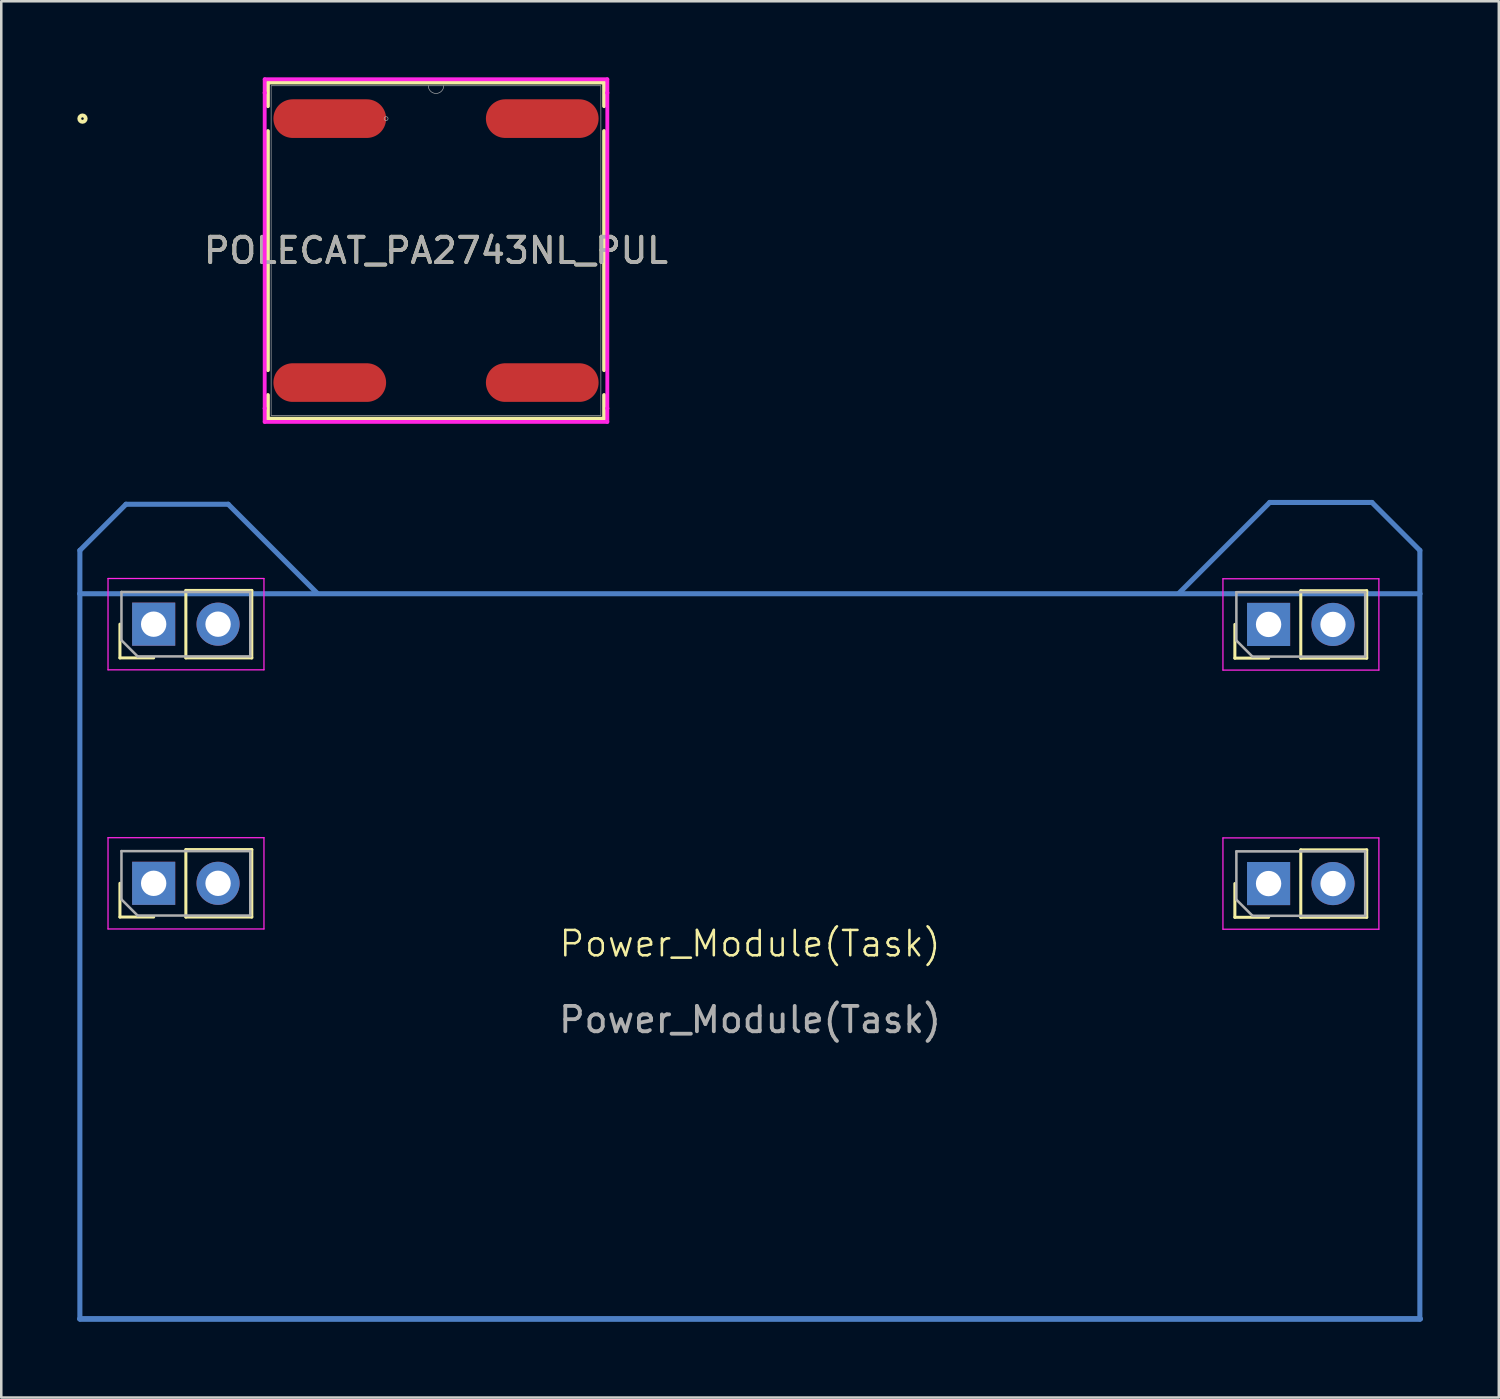
<source format=kicad_pcb>
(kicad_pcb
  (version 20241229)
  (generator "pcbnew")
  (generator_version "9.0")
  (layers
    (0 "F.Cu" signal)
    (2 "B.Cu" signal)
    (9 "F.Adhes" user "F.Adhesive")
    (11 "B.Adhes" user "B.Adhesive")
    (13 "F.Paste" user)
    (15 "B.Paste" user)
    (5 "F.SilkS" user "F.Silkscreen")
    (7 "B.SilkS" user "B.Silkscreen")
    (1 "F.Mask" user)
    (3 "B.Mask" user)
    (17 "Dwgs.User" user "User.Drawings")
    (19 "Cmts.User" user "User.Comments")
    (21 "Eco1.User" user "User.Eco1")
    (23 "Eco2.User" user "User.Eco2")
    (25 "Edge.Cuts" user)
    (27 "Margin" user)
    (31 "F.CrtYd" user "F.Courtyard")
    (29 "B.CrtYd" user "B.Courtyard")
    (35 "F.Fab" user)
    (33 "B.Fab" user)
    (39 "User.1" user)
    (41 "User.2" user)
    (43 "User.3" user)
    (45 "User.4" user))
  (footprint "POLECAT_PA2743NL_PUL"
    (layer "F.Cu")
    (at 14.145 6.833)
    (property "Reference" "POLECAT_PA2743NL_PUL" (at 0 0 0) (unlocked yes) (layer "F.SilkS") (effects (font (size 1 1) (thickness 0.15))))
    (attr smd)
    (fp_line (start -6.629 -6.629) (end -6.629 -5.695) (stroke (width 0.152) (type solid)) (layer "F.SilkS"))
    (fp_line (start -6.629 -4.715) (end -6.629 4.715) (stroke (width 0.152) (type solid)) (layer "F.SilkS"))
    (fp_line (start -6.629 5.695) (end -6.629 6.629) (stroke (width 0.152) (type solid)) (layer "F.SilkS"))
    (fp_line (start -6.629 6.629) (end 6.629 6.629) (stroke (width 0.152) (type solid)) (layer "F.SilkS"))
    (fp_line (start 6.629 -6.629) (end -6.629 -6.629) (stroke (width 0.152) (type solid)) (layer "F.SilkS"))
    (fp_line (start 6.629 -5.695) (end 6.629 -6.629) (stroke (width 0.152) (type solid)) (layer "F.SilkS"))
    (fp_line (start 6.629 4.715) (end 6.629 -4.715) (stroke (width 0.152) (type solid)) (layer "F.SilkS"))
    (fp_line (start 6.629 6.629) (end 6.629 5.695) (stroke (width 0.152) (type solid)) (layer "F.SilkS"))
    (fp_circle (center -13.942 -5.205) (end -13.815 -5.205) (stroke (width 0.152) (type solid)) (fill no) (layer "F.SilkS"))
    (fp_line (start -6.756 -6.756) (end 6.756 -6.756) (stroke (width 0.152) (type solid)) (layer "F.CrtYd"))
    (fp_line (start -6.756 -6.221) (end -6.756 -6.756) (stroke (width 0.152) (type solid)) (layer "F.CrtYd"))
    (fp_line (start -6.756 -6.221) (end -6.756 -6.221) (stroke (width 0.152) (type solid)) (layer "F.CrtYd"))
    (fp_line (start -6.756 6.221) (end -6.756 -6.221) (stroke (width 0.152) (type solid)) (layer "F.CrtYd"))
    (fp_line (start -6.756 6.221) (end -6.756 6.221) (stroke (width 0.152) (type solid)) (layer "F.CrtYd"))
    (fp_line (start -6.756 6.756) (end -6.756 6.221) (stroke (width 0.152) (type solid)) (layer "F.CrtYd"))
    (fp_line (start 6.756 -6.756) (end 6.756 -6.221) (stroke (width 0.152) (type solid)) (layer "F.CrtYd"))
    (fp_line (start 6.756 -6.221) (end 6.756 -6.221) (stroke (width 0.152) (type solid)) (layer "F.CrtYd"))
    (fp_line (start 6.756 -6.221) (end 6.756 6.221) (stroke (width 0.152) (type solid)) (layer "F.CrtYd"))
    (fp_line (start 6.756 6.221) (end 6.756 6.221) (stroke (width 0.152) (type solid)) (layer "F.CrtYd"))
    (fp_line (start 6.756 6.221) (end 6.756 6.756) (stroke (width 0.152) (type solid)) (layer "F.CrtYd"))
    (fp_line (start 6.756 6.756) (end -6.756 6.756) (stroke (width 0.152) (type solid)) (layer "F.CrtYd"))
    (fp_line (start -6.502 -6.502) (end -6.502 6.502) (stroke (width 0.025) (type solid)) (layer "F.Fab"))
    (fp_line (start -6.502 6.502) (end 6.502 6.502) (stroke (width 0.025) (type solid)) (layer "F.Fab"))
    (fp_line (start 6.502 -6.502) (end -6.502 -6.502) (stroke (width 0.025) (type solid)) (layer "F.Fab"))
    (fp_line (start 6.502 6.502) (end 6.502 -6.502) (stroke (width 0.025) (type solid)) (layer "F.Fab"))
    (fp_arc (start 0.3048 -6.5024) (mid 0 -6.1976) (end -0.3048 -6.5024) (stroke (width 0.0254) (type solid)) (layer "F.Fab"))
    (fp_circle (center -1.968 -5.205) (end -1.891 -5.205) (stroke (width 0.025) (type solid)) (fill no) (layer "F.Fab"))
    (fp_text user "${REFERENCE}" (at 0 0 0) (unlocked yes) (layer "F.Fab") (effects (font (size 1 1) (thickness 0.15))))
    (pad "1" smd oval (at -4.19 -5.205) (size 4.445 1.524) (layers "F.Cu" "F.Mask" "F.Paste"))
    (pad "2" smd oval (at -4.19 5.205) (size 4.445 1.524) (layers "F.Cu" "F.Mask" "F.Paste"))
    (pad "3" smd oval (at 4.19 -5.205) (size 4.445 1.524) (layers "F.Cu" "F.Mask" "F.Paste"))
    (pad "4" smd oval (at 4.19 5.205) (size 4.445 1.524) (layers "F.Cu" "F.Mask" "F.Paste")))
  (footprint "Power_Module(Task)"
    (layer "F.Cu")
    (at 26.53 34.666)
    (property "Reference" "Power_Module(Task)" (at 0 -0.5 0) (unlocked yes) (layer "F.SilkS") (effects (font (size 1 1) (thickness 0.1))))
    (attr smd)
    (fp_line (start -26.43 -16.01) (end -24.61 -17.83) (stroke (width 0.2) (type default)) (layer "B.Cu"))
    (fp_line (start -26.43 -14.3) (end -26.43 -16.01) (stroke (width 0.2) (type default)) (layer "B.Cu"))
    (fp_line (start -26.43 -14.3) (end -26.43 14.3) (stroke (width 0.2) (type default)) (layer "B.Cu"))
    (fp_line (start -26.43 -14.3) (end 26.416 -14.3) (stroke (width 0.2) (type default)) (layer "B.Cu"))
    (fp_line (start -26.43 14.3) (end 26.43 14.3) (stroke (width 0.2) (type default)) (layer "B.Cu"))
    (fp_line (start -26.43 14.3) (end 26.43 14.3) (stroke (width 0.2) (type default)) (layer "B.Cu"))
    (fp_line (start -24.61 -17.83) (end -20.58 -17.83) (stroke (width 0.2) (type default)) (layer "B.Cu"))
    (fp_line (start -20.58 -17.83) (end -17.06 -14.31) (stroke (width 0.2) (type default)) (layer "B.Cu"))
    (fp_line (start 20.495 -17.901) (end 16.914 -14.32) (stroke (width 0.2) (type default)) (layer "B.Cu"))
    (fp_line (start 24.525 -17.901) (end 20.495 -17.901) (stroke (width 0.2) (type default)) (layer "B.Cu"))
    (fp_line (start 26.416 -16.01) (end 24.525 -17.901) (stroke (width 0.2) (type default)) (layer "B.Cu"))
    (fp_line (start 26.416 -14.3) (end 26.416 -16.01) (stroke (width 0.2) (type default)) (layer "B.Cu"))
    (fp_line (start 26.416 -14.3) (end 26.416 14.3) (stroke (width 0.2) (type default)) (layer "B.Cu"))
    (fp_line (start 26.43 14.3) (end -26.43 14.3) (stroke (width 0.2) (type default)) (layer "B.Cu"))
    (fp_line (start -24.85 -11.77) (end -24.85 -13.1) (stroke (width 0.12) (type solid)) (layer "F.SilkS"))
    (fp_line (start -24.85 -1.55) (end -24.85 -2.88) (stroke (width 0.12) (type solid)) (layer "F.SilkS"))
    (fp_line (start -23.52 -11.77) (end -24.85 -11.77) (stroke (width 0.12) (type solid)) (layer "F.SilkS"))
    (fp_line (start -23.52 -1.55) (end -24.85 -1.55) (stroke (width 0.12) (type solid)) (layer "F.SilkS"))
    (fp_line (start -22.25 -14.43) (end -19.65 -14.43) (stroke (width 0.12) (type solid)) (layer "F.SilkS"))
    (fp_line (start -22.25 -11.77) (end -22.25 -14.43) (stroke (width 0.12) (type solid)) (layer "F.SilkS"))
    (fp_line (start -22.25 -11.77) (end -19.65 -11.77) (stroke (width 0.12) (type solid)) (layer "F.SilkS"))
    (fp_line (start -22.25 -4.21) (end -19.65 -4.21) (stroke (width 0.12) (type solid)) (layer "F.SilkS"))
    (fp_line (start -22.25 -1.55) (end -22.25 -4.21) (stroke (width 0.12) (type solid)) (layer "F.SilkS"))
    (fp_line (start -22.25 -1.55) (end -19.65 -1.55) (stroke (width 0.12) (type solid)) (layer "F.SilkS"))
    (fp_line (start -19.65 -11.77) (end -19.65 -14.43) (stroke (width 0.12) (type solid)) (layer "F.SilkS"))
    (fp_line (start -19.65 -1.55) (end -19.65 -4.21) (stroke (width 0.12) (type solid)) (layer "F.SilkS"))
    (fp_line (start 19.12 -11.76) (end 19.12 -13.09) (stroke (width 0.12) (type solid)) (layer "F.SilkS"))
    (fp_line (start 19.12 -1.54) (end 19.12 -2.87) (stroke (width 0.12) (type solid)) (layer "F.SilkS"))
    (fp_line (start 20.45 -11.76) (end 19.12 -11.76) (stroke (width 0.12) (type solid)) (layer "F.SilkS"))
    (fp_line (start 20.45 -1.54) (end 19.12 -1.54) (stroke (width 0.12) (type solid)) (layer "F.SilkS"))
    (fp_line (start 21.72 -14.42) (end 24.32 -14.42) (stroke (width 0.12) (type solid)) (layer "F.SilkS"))
    (fp_line (start 21.72 -11.76) (end 21.72 -14.42) (stroke (width 0.12) (type solid)) (layer "F.SilkS"))
    (fp_line (start 21.72 -11.76) (end 24.32 -11.76) (stroke (width 0.12) (type solid)) (layer "F.SilkS"))
    (fp_line (start 21.72 -4.2) (end 24.32 -4.2) (stroke (width 0.12) (type solid)) (layer "F.SilkS"))
    (fp_line (start 21.72 -1.54) (end 21.72 -4.2) (stroke (width 0.12) (type solid)) (layer "F.SilkS"))
    (fp_line (start 21.72 -1.54) (end 24.32 -1.54) (stroke (width 0.12) (type solid)) (layer "F.SilkS"))
    (fp_line (start 24.32 -11.76) (end 24.32 -14.42) (stroke (width 0.12) (type solid)) (layer "F.SilkS"))
    (fp_line (start 24.32 -1.54) (end 24.32 -4.2) (stroke (width 0.12) (type solid)) (layer "F.SilkS"))
    (fp_line (start -25.32 -14.9) (end -25.32 -11.3) (stroke (width 0.05) (type solid)) (layer "F.CrtYd"))
    (fp_line (start -25.32 -11.3) (end -19.17 -11.3) (stroke (width 0.05) (type solid)) (layer "F.CrtYd"))
    (fp_line (start -25.32 -4.68) (end -25.32 -1.08) (stroke (width 0.05) (type solid)) (layer "F.CrtYd"))
    (fp_line (start -25.32 -1.08) (end -19.17 -1.08) (stroke (width 0.05) (type solid)) (layer "F.CrtYd"))
    (fp_line (start -19.17 -14.9) (end -25.32 -14.9) (stroke (width 0.05) (type solid)) (layer "F.CrtYd"))
    (fp_line (start -19.17 -11.3) (end -19.17 -14.9) (stroke (width 0.05) (type solid)) (layer "F.CrtYd"))
    (fp_line (start -19.17 -4.68) (end -25.32 -4.68) (stroke (width 0.05) (type solid)) (layer "F.CrtYd"))
    (fp_line (start -19.17 -1.08) (end -19.17 -4.68) (stroke (width 0.05) (type solid)) (layer "F.CrtYd"))
    (fp_line (start 18.65 -14.89) (end 18.65 -11.29) (stroke (width 0.05) (type solid)) (layer "F.CrtYd"))
    (fp_line (start 18.65 -11.29) (end 24.8 -11.29) (stroke (width 0.05) (type solid)) (layer "F.CrtYd"))
    (fp_line (start 18.65 -4.67) (end 18.65 -1.07) (stroke (width 0.05) (type solid)) (layer "F.CrtYd"))
    (fp_line (start 18.65 -1.07) (end 24.8 -1.07) (stroke (width 0.05) (type solid)) (layer "F.CrtYd"))
    (fp_line (start 24.8 -14.89) (end 18.65 -14.89) (stroke (width 0.05) (type solid)) (layer "F.CrtYd"))
    (fp_line (start 24.8 -11.29) (end 24.8 -14.89) (stroke (width 0.05) (type solid)) (layer "F.CrtYd"))
    (fp_line (start 24.8 -4.67) (end 18.65 -4.67) (stroke (width 0.05) (type solid)) (layer "F.CrtYd"))
    (fp_line (start 24.8 -1.07) (end 24.8 -4.67) (stroke (width 0.05) (type solid)) (layer "F.CrtYd"))
    (fp_line (start -24.79 -14.37) (end -19.71 -14.37) (stroke (width 0.1) (type solid)) (layer "F.Fab"))
    (fp_line (start -24.79 -12.465) (end -24.79 -14.37) (stroke (width 0.1) (type solid)) (layer "F.Fab"))
    (fp_line (start -24.79 -4.15) (end -19.71 -4.15) (stroke (width 0.1) (type solid)) (layer "F.Fab"))
    (fp_line (start -24.79 -2.245) (end -24.79 -4.15) (stroke (width 0.1) (type solid)) (layer "F.Fab"))
    (fp_line (start -24.155 -11.83) (end -24.79 -12.465) (stroke (width 0.1) (type solid)) (layer "F.Fab"))
    (fp_line (start -24.155 -1.61) (end -24.79 -2.245) (stroke (width 0.1) (type solid)) (layer "F.Fab"))
    (fp_line (start -19.71 -14.37) (end -19.71 -11.83) (stroke (width 0.1) (type solid)) (layer "F.Fab"))
    (fp_line (start -19.71 -11.83) (end -24.155 -11.83) (stroke (width 0.1) (type solid)) (layer "F.Fab"))
    (fp_line (start -19.71 -4.15) (end -19.71 -1.61) (stroke (width 0.1) (type solid)) (layer "F.Fab"))
    (fp_line (start -19.71 -1.61) (end -24.155 -1.61) (stroke (width 0.1) (type solid)) (layer "F.Fab"))
    (fp_line (start 19.18 -14.36) (end 24.26 -14.36) (stroke (width 0.1) (type solid)) (layer "F.Fab"))
    (fp_line (start 19.18 -12.455) (end 19.18 -14.36) (stroke (width 0.1) (type solid)) (layer "F.Fab"))
    (fp_line (start 19.18 -4.14) (end 24.26 -4.14) (stroke (width 0.1) (type solid)) (layer "F.Fab"))
    (fp_line (start 19.18 -2.235) (end 19.18 -4.14) (stroke (width 0.1) (type solid)) (layer "F.Fab"))
    (fp_line (start 19.815 -11.82) (end 19.18 -12.455) (stroke (width 0.1) (type solid)) (layer "F.Fab"))
    (fp_line (start 19.815 -1.6) (end 19.18 -2.235) (stroke (width 0.1) (type solid)) (layer "F.Fab"))
    (fp_line (start 24.26 -14.36) (end 24.26 -11.82) (stroke (width 0.1) (type solid)) (layer "F.Fab"))
    (fp_line (start 24.26 -11.82) (end 19.815 -11.82) (stroke (width 0.1) (type solid)) (layer "F.Fab"))
    (fp_line (start 24.26 -4.14) (end 24.26 -1.6) (stroke (width 0.1) (type solid)) (layer "F.Fab"))
    (fp_line (start 24.26 -1.6) (end 19.815 -1.6) (stroke (width 0.1) (type solid)) (layer "F.Fab"))
    (fp_text user "${REFERENCE}" (at 0 2.5 0) (unlocked yes) (layer "F.Fab") (effects (font (size 1 1) (thickness 0.15))))
    (pad "1" thru_hole rect (at -23.52 -13.1 90) (size 1.7 1.7) (drill 1) (layers "*.Cu" "*.Mask"))
    (pad "1" thru_hole rect (at -23.52 -2.88 90) (size 1.7 1.7) (drill 1) (layers "*.Cu" "*.Mask"))
    (pad "2" thru_hole oval (at -20.98 -13.1 90) (size 1.7 1.7) (drill 1) (layers "*.Cu" "*.Mask"))
    (pad "2" thru_hole oval (at -20.98 -2.88 90) (size 1.7 1.7) (drill 1) (layers "*.Cu" "*.Mask"))
    (pad "3" thru_hole rect (at 20.45 -13.09 90) (size 1.7 1.7) (drill 1) (layers "*.Cu" "*.Mask"))
    (pad "3" thru_hole rect (at 20.45 -2.87 90) (size 1.7 1.7) (drill 1) (layers "*.Cu" "*.Mask"))
    (pad "4" thru_hole oval (at 22.99 -13.09 90) (size 1.7 1.7) (drill 1) (layers "*.Cu" "*.Mask"))
    (pad "4" thru_hole oval (at 22.99 -2.87 90) (size 1.7 1.7) (drill 1) (layers "*.Cu" "*.Mask")))
  (gr_rect
    (start -3 -3)
    (end 56.06 52.066)
    (stroke (width 0.1) (type default))
    (fill no)
    (layer "Edge.Cuts")))
</source>
